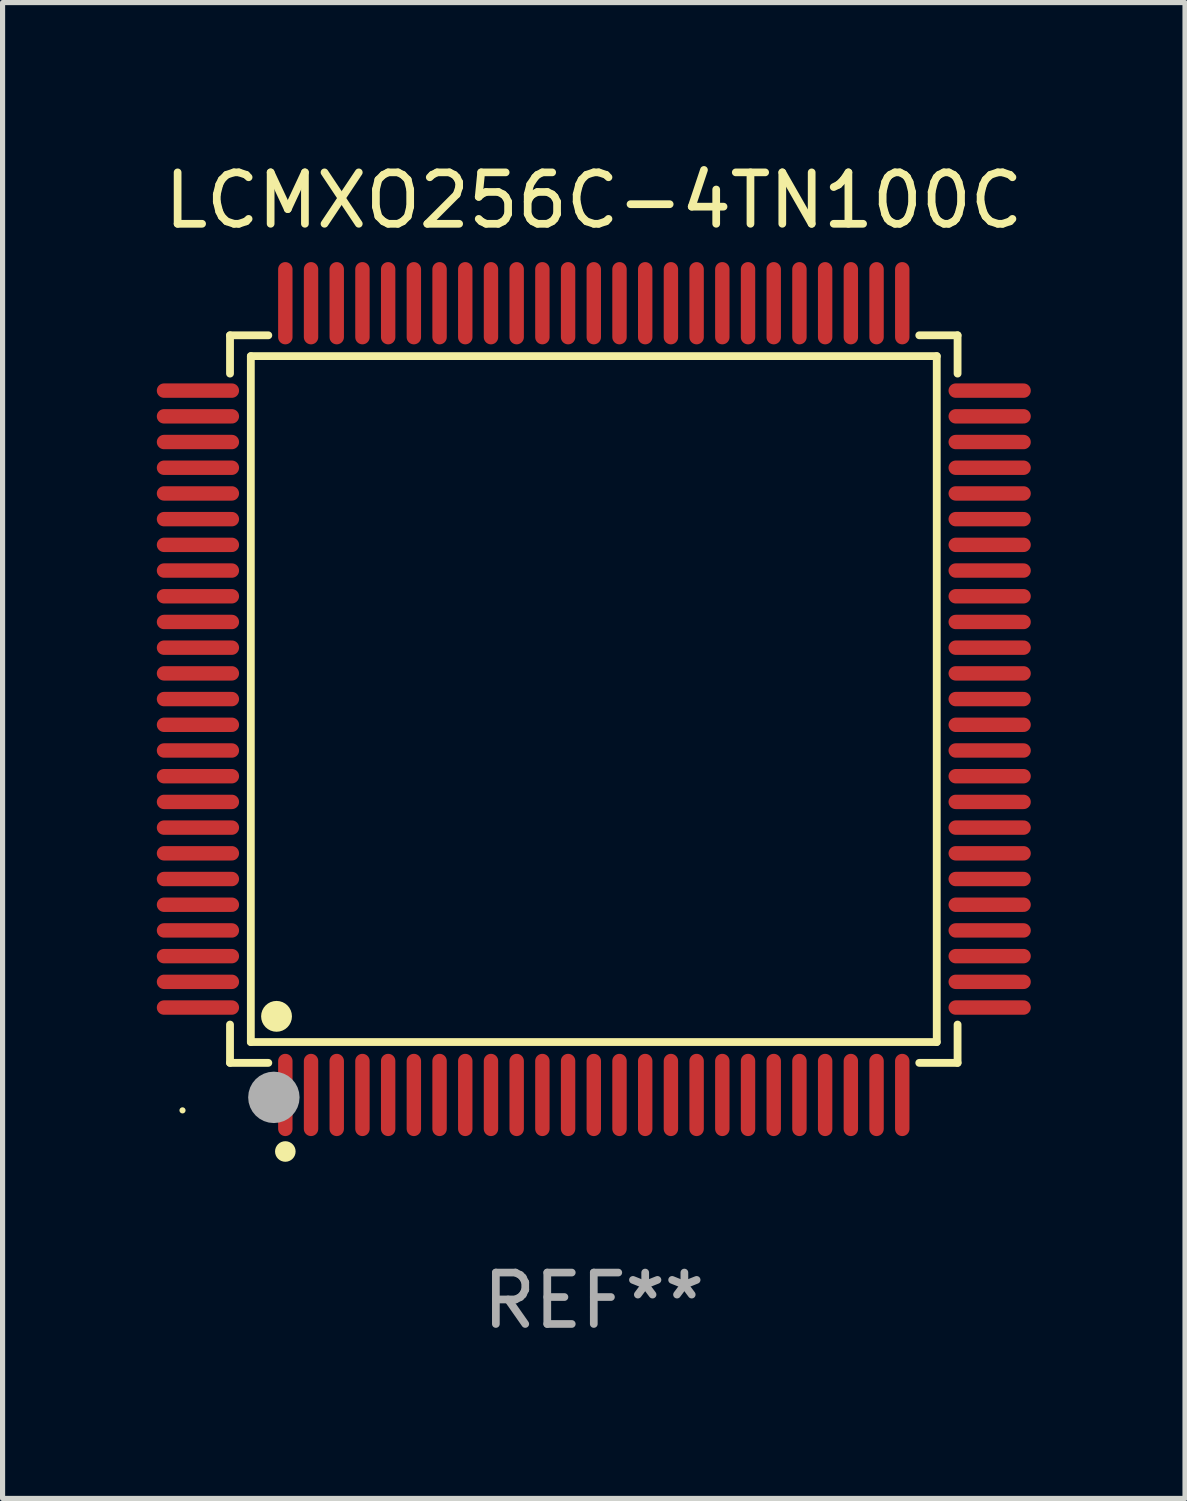
<source format=kicad_pcb>
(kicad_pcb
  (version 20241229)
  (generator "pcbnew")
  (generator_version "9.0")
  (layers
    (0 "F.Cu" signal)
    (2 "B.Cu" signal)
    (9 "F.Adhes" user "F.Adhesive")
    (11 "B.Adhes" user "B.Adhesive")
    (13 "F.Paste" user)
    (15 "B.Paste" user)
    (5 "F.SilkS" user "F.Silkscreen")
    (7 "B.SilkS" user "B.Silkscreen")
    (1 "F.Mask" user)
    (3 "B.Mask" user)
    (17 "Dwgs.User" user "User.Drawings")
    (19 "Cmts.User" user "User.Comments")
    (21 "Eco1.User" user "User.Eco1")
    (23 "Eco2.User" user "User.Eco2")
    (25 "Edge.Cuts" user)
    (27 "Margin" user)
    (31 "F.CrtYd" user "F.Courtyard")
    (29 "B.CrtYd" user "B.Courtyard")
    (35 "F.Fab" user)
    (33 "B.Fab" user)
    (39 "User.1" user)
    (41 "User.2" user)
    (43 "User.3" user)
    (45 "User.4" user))
  (footprint "LCMXO256C-4TN100C"
    (layer "F.Cu")
    (at 8.5 10.548)
    (property "Reference" "LCMXO256C-4TN100C" (at 0 -9.7 0) (layer "F.SilkS") (effects (font (size 1 1) (thickness 0.15))))
    (attr through_hole)
    (fp_line (start -7.076 -7.076) (end -6.331 -7.076) (stroke (width 0.152) (type solid)) (layer "F.SilkS"))
    (fp_line (start -7.076 -6.331) (end -7.076 -7.076) (stroke (width 0.152) (type solid)) (layer "F.SilkS"))
    (fp_line (start -7.076 6.331) (end -7.076 7.076) (stroke (width 0.152) (type solid)) (layer "F.SilkS"))
    (fp_line (start -7.076 7.076) (end -6.331 7.076) (stroke (width 0.152) (type solid)) (layer "F.SilkS"))
    (fp_line (start -6.671 -6.671) (end 6.671 -6.671) (stroke (width 0.152) (type solid)) (layer "F.SilkS"))
    (fp_line (start -6.671 6.671) (end -6.671 -6.671) (stroke (width 0.152) (type solid)) (layer "F.SilkS"))
    (fp_line (start 6.671 -6.671) (end 6.671 6.671) (stroke (width 0.152) (type solid)) (layer "F.SilkS"))
    (fp_line (start 6.671 6.671) (end -6.671 6.671) (stroke (width 0.152) (type solid)) (layer "F.SilkS"))
    (fp_line (start 7.076 -7.076) (end 6.331 -7.076) (stroke (width 0.152) (type solid)) (layer "F.SilkS"))
    (fp_line (start 7.076 -6.331) (end 7.076 -7.076) (stroke (width 0.152) (type solid)) (layer "F.SilkS"))
    (fp_line (start 7.076 6.331) (end 7.076 7.076) (stroke (width 0.152) (type solid)) (layer "F.SilkS"))
    (fp_line (start 7.076 7.076) (end 6.331 7.076) (stroke (width 0.152) (type solid)) (layer "F.SilkS"))
    (fp_circle (center -8 8) (end -7.97 8) (stroke (width 0.06) (type solid)) (fill no) (layer "F.SilkS"))
    (fp_circle (center -6.171 6.171) (end -6.021 6.171) (stroke (width 0.3) (type solid)) (fill no) (layer "F.SilkS"))
    (fp_circle (center -6 8.8) (end -5.9 8.8) (stroke (width 0.2) (type solid)) (fill no) (layer "F.SilkS"))
    (fp_circle (center -6.223 7.747) (end -5.973 7.747) (stroke (width 0.5) (type solid)) (fill no) (layer "F.Fab"))
    (fp_text user "REF**" (at 0 11.7 0) (layer "F.Fab") (effects (font (size 1 1) (thickness 0.15))))
    (pad "1" smd oval (at -6 7.7) (size 0.28 1.6) (layers "F.Cu" "F.Mask" "F.Paste"))
    (pad "2" smd oval (at -5.5 7.7) (size 0.28 1.6) (layers "F.Cu" "F.Mask" "F.Paste"))
    (pad "3" smd oval (at -5 7.7) (size 0.28 1.6) (layers "F.Cu" "F.Mask" "F.Paste"))
    (pad "4" smd oval (at -4.5 7.7) (size 0.28 1.6) (layers "F.Cu" "F.Mask" "F.Paste"))
    (pad "5" smd oval (at -4 7.7) (size 0.28 1.6) (layers "F.Cu" "F.Mask" "F.Paste"))
    (pad "6" smd oval (at -3.5 7.7) (size 0.28 1.6) (layers "F.Cu" "F.Mask" "F.Paste"))
    (pad "7" smd oval (at -3 7.7) (size 0.28 1.6) (layers "F.Cu" "F.Mask" "F.Paste"))
    (pad "8" smd oval (at -2.5 7.7) (size 0.28 1.6) (layers "F.Cu" "F.Mask" "F.Paste"))
    (pad "9" smd oval (at -2 7.7) (size 0.28 1.6) (layers "F.Cu" "F.Mask" "F.Paste"))
    (pad "10" smd oval (at -1.5 7.7) (size 0.28 1.6) (layers "F.Cu" "F.Mask" "F.Paste"))
    (pad "11" smd oval (at -1 7.7) (size 0.28 1.6) (layers "F.Cu" "F.Mask" "F.Paste"))
    (pad "12" smd oval (at -0.5 7.7) (size 0.28 1.6) (layers "F.Cu" "F.Mask" "F.Paste"))
    (pad "13" smd oval (at 0 7.7) (size 0.28 1.6) (layers "F.Cu" "F.Mask" "F.Paste"))
    (pad "14" smd oval (at 0.5 7.7) (size 0.28 1.6) (layers "F.Cu" "F.Mask" "F.Paste"))
    (pad "15" smd oval (at 1 7.7) (size 0.28 1.6) (layers "F.Cu" "F.Mask" "F.Paste"))
    (pad "16" smd oval (at 1.5 7.7) (size 0.28 1.6) (layers "F.Cu" "F.Mask" "F.Paste"))
    (pad "17" smd oval (at 2 7.7) (size 0.28 1.6) (layers "F.Cu" "F.Mask" "F.Paste"))
    (pad "18" smd oval (at 2.5 7.7) (size 0.28 1.6) (layers "F.Cu" "F.Mask" "F.Paste"))
    (pad "19" smd oval (at 3 7.7) (size 0.28 1.6) (layers "F.Cu" "F.Mask" "F.Paste"))
    (pad "20" smd oval (at 3.5 7.7) (size 0.28 1.6) (layers "F.Cu" "F.Mask" "F.Paste"))
    (pad "21" smd oval (at 4 7.7) (size 0.28 1.6) (layers "F.Cu" "F.Mask" "F.Paste"))
    (pad "22" smd oval (at 4.5 7.7) (size 0.28 1.6) (layers "F.Cu" "F.Mask" "F.Paste"))
    (pad "23" smd oval (at 5 7.7) (size 0.28 1.6) (layers "F.Cu" "F.Mask" "F.Paste"))
    (pad "24" smd oval (at 5.5 7.7) (size 0.28 1.6) (layers "F.Cu" "F.Mask" "F.Paste"))
    (pad "25" smd oval (at 6 7.7) (size 0.28 1.6) (layers "F.Cu" "F.Mask" "F.Paste"))
    (pad "26" smd oval (at 7.7 6) (size 1.6 0.28) (layers "F.Cu" "F.Mask" "F.Paste"))
    (pad "27" smd oval (at 7.7 5.5) (size 1.6 0.28) (layers "F.Cu" "F.Mask" "F.Paste"))
    (pad "28" smd oval (at 7.7 5) (size 1.6 0.28) (layers "F.Cu" "F.Mask" "F.Paste"))
    (pad "29" smd oval (at 7.7 4.5) (size 1.6 0.28) (layers "F.Cu" "F.Mask" "F.Paste"))
    (pad "30" smd oval (at 7.7 4) (size 1.6 0.28) (layers "F.Cu" "F.Mask" "F.Paste"))
    (pad "31" smd oval (at 7.7 3.5) (size 1.6 0.28) (layers "F.Cu" "F.Mask" "F.Paste"))
    (pad "32" smd oval (at 7.7 3) (size 1.6 0.28) (layers "F.Cu" "F.Mask" "F.Paste"))
    (pad "33" smd oval (at 7.7 2.5) (size 1.6 0.28) (layers "F.Cu" "F.Mask" "F.Paste"))
    (pad "34" smd oval (at 7.7 2) (size 1.6 0.28) (layers "F.Cu" "F.Mask" "F.Paste"))
    (pad "35" smd oval (at 7.7 1.5) (size 1.6 0.28) (layers "F.Cu" "F.Mask" "F.Paste"))
    (pad "36" smd oval (at 7.7 1) (size 1.6 0.28) (layers "F.Cu" "F.Mask" "F.Paste"))
    (pad "37" smd oval (at 7.7 0.5) (size 1.6 0.28) (layers "F.Cu" "F.Mask" "F.Paste"))
    (pad "38" smd oval (at 7.7 0) (size 1.6 0.28) (layers "F.Cu" "F.Mask" "F.Paste"))
    (pad "39" smd oval (at 7.7 -0.5) (size 1.6 0.28) (layers "F.Cu" "F.Mask" "F.Paste"))
    (pad "40" smd oval (at 7.7 -1) (size 1.6 0.28) (layers "F.Cu" "F.Mask" "F.Paste"))
    (pad "41" smd oval (at 7.7 -1.5) (size 1.6 0.28) (layers "F.Cu" "F.Mask" "F.Paste"))
    (pad "42" smd oval (at 7.7 -2) (size 1.6 0.28) (layers "F.Cu" "F.Mask" "F.Paste"))
    (pad "43" smd oval (at 7.7 -2.5) (size 1.6 0.28) (layers "F.Cu" "F.Mask" "F.Paste"))
    (pad "44" smd oval (at 7.7 -3) (size 1.6 0.28) (layers "F.Cu" "F.Mask" "F.Paste"))
    (pad "45" smd oval (at 7.7 -3.5) (size 1.6 0.28) (layers "F.Cu" "F.Mask" "F.Paste"))
    (pad "46" smd oval (at 7.7 -4) (size 1.6 0.28) (layers "F.Cu" "F.Mask" "F.Paste"))
    (pad "47" smd oval (at 7.7 -4.5) (size 1.6 0.28) (layers "F.Cu" "F.Mask" "F.Paste"))
    (pad "48" smd oval (at 7.7 -5) (size 1.6 0.28) (layers "F.Cu" "F.Mask" "F.Paste"))
    (pad "49" smd oval (at 7.7 -5.5) (size 1.6 0.28) (layers "F.Cu" "F.Mask" "F.Paste"))
    (pad "50" smd oval (at 7.7 -6) (size 1.6 0.28) (layers "F.Cu" "F.Mask" "F.Paste"))
    (pad "51" smd oval (at 6 -7.7) (size 0.28 1.6) (layers "F.Cu" "F.Mask" "F.Paste"))
    (pad "52" smd oval (at 5.5 -7.7) (size 0.28 1.6) (layers "F.Cu" "F.Mask" "F.Paste"))
    (pad "53" smd oval (at 5 -7.7) (size 0.28 1.6) (layers "F.Cu" "F.Mask" "F.Paste"))
    (pad "54" smd oval (at 4.5 -7.7) (size 0.28 1.6) (layers "F.Cu" "F.Mask" "F.Paste"))
    (pad "55" smd oval (at 4 -7.7) (size 0.28 1.6) (layers "F.Cu" "F.Mask" "F.Paste"))
    (pad "56" smd oval (at 3.5 -7.7) (size 0.28 1.6) (layers "F.Cu" "F.Mask" "F.Paste"))
    (pad "57" smd oval (at 3 -7.7) (size 0.28 1.6) (layers "F.Cu" "F.Mask" "F.Paste"))
    (pad "58" smd oval (at 2.5 -7.7) (size 0.28 1.6) (layers "F.Cu" "F.Mask" "F.Paste"))
    (pad "59" smd oval (at 2 -7.7) (size 0.28 1.6) (layers "F.Cu" "F.Mask" "F.Paste"))
    (pad "60" smd oval (at 1.5 -7.7) (size 0.28 1.6) (layers "F.Cu" "F.Mask" "F.Paste"))
    (pad "61" smd oval (at 1 -7.7) (size 0.28 1.6) (layers "F.Cu" "F.Mask" "F.Paste"))
    (pad "62" smd oval (at 0.5 -7.7) (size 0.28 1.6) (layers "F.Cu" "F.Mask" "F.Paste"))
    (pad "63" smd oval (at 0 -7.7) (size 0.28 1.6) (layers "F.Cu" "F.Mask" "F.Paste"))
    (pad "64" smd oval (at -0.5 -7.7) (size 0.28 1.6) (layers "F.Cu" "F.Mask" "F.Paste"))
    (pad "65" smd oval (at -1 -7.7) (size 0.28 1.6) (layers "F.Cu" "F.Mask" "F.Paste"))
    (pad "66" smd oval (at -1.5 -7.7) (size 0.28 1.6) (layers "F.Cu" "F.Mask" "F.Paste"))
    (pad "67" smd oval (at -2 -7.7) (size 0.28 1.6) (layers "F.Cu" "F.Mask" "F.Paste"))
    (pad "68" smd oval (at -2.5 -7.7) (size 0.28 1.6) (layers "F.Cu" "F.Mask" "F.Paste"))
    (pad "69" smd oval (at -3 -7.7) (size 0.28 1.6) (layers "F.Cu" "F.Mask" "F.Paste"))
    (pad "70" smd oval (at -3.5 -7.7) (size 0.28 1.6) (layers "F.Cu" "F.Mask" "F.Paste"))
    (pad "71" smd oval (at -4 -7.7) (size 0.28 1.6) (layers "F.Cu" "F.Mask" "F.Paste"))
    (pad "72" smd oval (at -4.5 -7.7) (size 0.28 1.6) (layers "F.Cu" "F.Mask" "F.Paste"))
    (pad "73" smd oval (at -5 -7.7) (size 0.28 1.6) (layers "F.Cu" "F.Mask" "F.Paste"))
    (pad "74" smd oval (at -5.5 -7.7) (size 0.28 1.6) (layers "F.Cu" "F.Mask" "F.Paste"))
    (pad "75" smd oval (at -6 -7.7) (size 0.28 1.6) (layers "F.Cu" "F.Mask" "F.Paste"))
    (pad "76" smd oval (at -7.7 -6) (size 1.6 0.28) (layers "F.Cu" "F.Mask" "F.Paste"))
    (pad "77" smd oval (at -7.7 -5.5) (size 1.6 0.28) (layers "F.Cu" "F.Mask" "F.Paste"))
    (pad "78" smd oval (at -7.7 -5) (size 1.6 0.28) (layers "F.Cu" "F.Mask" "F.Paste"))
    (pad "79" smd oval (at -7.7 -4.5) (size 1.6 0.28) (layers "F.Cu" "F.Mask" "F.Paste"))
    (pad "80" smd oval (at -7.7 -4) (size 1.6 0.28) (layers "F.Cu" "F.Mask" "F.Paste"))
    (pad "81" smd oval (at -7.7 -3.5) (size 1.6 0.28) (layers "F.Cu" "F.Mask" "F.Paste"))
    (pad "82" smd oval (at -7.7 -3) (size 1.6 0.28) (layers "F.Cu" "F.Mask" "F.Paste"))
    (pad "83" smd oval (at -7.7 -2.5) (size 1.6 0.28) (layers "F.Cu" "F.Mask" "F.Paste"))
    (pad "84" smd oval (at -7.7 -2) (size 1.6 0.28) (layers "F.Cu" "F.Mask" "F.Paste"))
    (pad "85" smd oval (at -7.7 -1.5) (size 1.6 0.28) (layers "F.Cu" "F.Mask" "F.Paste"))
    (pad "86" smd oval (at -7.7 -1) (size 1.6 0.28) (layers "F.Cu" "F.Mask" "F.Paste"))
    (pad "87" smd oval (at -7.7 -0.5) (size 1.6 0.28) (layers "F.Cu" "F.Mask" "F.Paste"))
    (pad "88" smd oval (at -7.7 0) (size 1.6 0.28) (layers "F.Cu" "F.Mask" "F.Paste"))
    (pad "89" smd oval (at -7.7 0.5) (size 1.6 0.28) (layers "F.Cu" "F.Mask" "F.Paste"))
    (pad "90" smd oval (at -7.7 1) (size 1.6 0.28) (layers "F.Cu" "F.Mask" "F.Paste"))
    (pad "91" smd oval (at -7.7 1.5) (size 1.6 0.28) (layers "F.Cu" "F.Mask" "F.Paste"))
    (pad "92" smd oval (at -7.7 2) (size 1.6 0.28) (layers "F.Cu" "F.Mask" "F.Paste"))
    (pad "93" smd oval (at -7.7 2.5) (size 1.6 0.28) (layers "F.Cu" "F.Mask" "F.Paste"))
    (pad "94" smd oval (at -7.7 3) (size 1.6 0.28) (layers "F.Cu" "F.Mask" "F.Paste"))
    (pad "95" smd oval (at -7.7 3.5) (size 1.6 0.28) (layers "F.Cu" "F.Mask" "F.Paste"))
    (pad "96" smd oval (at -7.7 4) (size 1.6 0.28) (layers "F.Cu" "F.Mask" "F.Paste"))
    (pad "97" smd oval (at -7.7 4.5) (size 1.6 0.28) (layers "F.Cu" "F.Mask" "F.Paste"))
    (pad "98" smd oval (at -7.7 5) (size 1.6 0.28) (layers "F.Cu" "F.Mask" "F.Paste"))
    (pad "99" smd oval (at -7.7 5.5) (size 1.6 0.28) (layers "F.Cu" "F.Mask" "F.Paste"))
    (pad "100" smd oval (at -7.7 6) (size 1.6 0.28) (layers "F.Cu" "F.Mask" "F.Paste")))
  (gr_rect
    (start -3 -3)
    (end 20 26.097)
    (stroke (width 0.1) (type default))
    (fill no)
    (layer "Edge.Cuts")))
</source>
